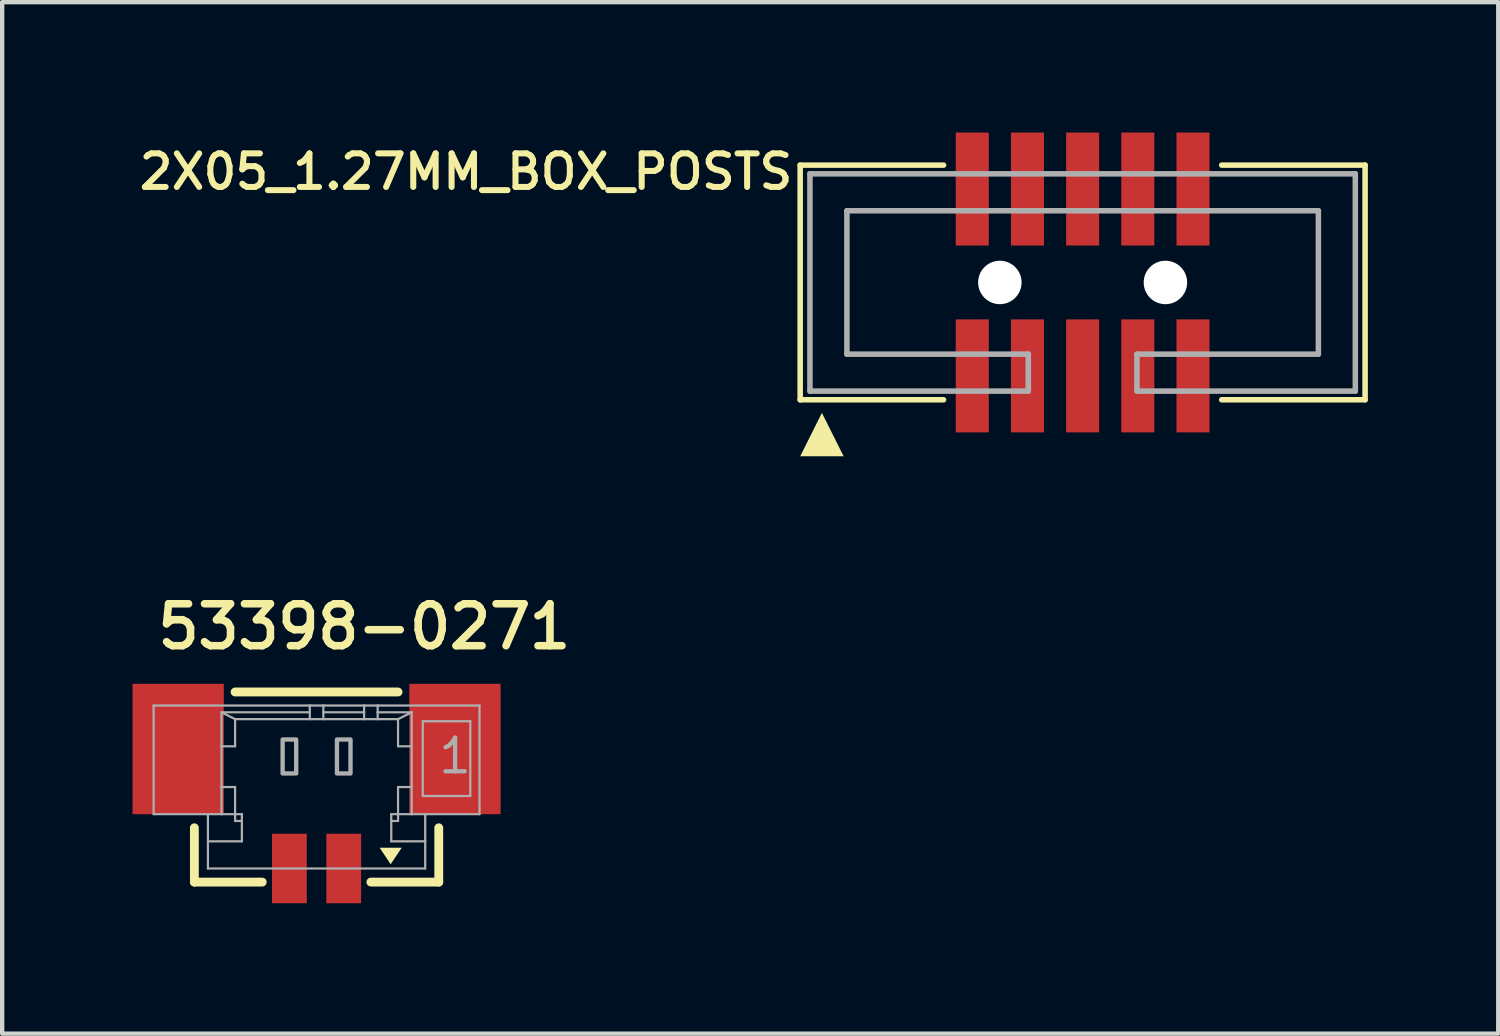
<source format=kicad_pcb>
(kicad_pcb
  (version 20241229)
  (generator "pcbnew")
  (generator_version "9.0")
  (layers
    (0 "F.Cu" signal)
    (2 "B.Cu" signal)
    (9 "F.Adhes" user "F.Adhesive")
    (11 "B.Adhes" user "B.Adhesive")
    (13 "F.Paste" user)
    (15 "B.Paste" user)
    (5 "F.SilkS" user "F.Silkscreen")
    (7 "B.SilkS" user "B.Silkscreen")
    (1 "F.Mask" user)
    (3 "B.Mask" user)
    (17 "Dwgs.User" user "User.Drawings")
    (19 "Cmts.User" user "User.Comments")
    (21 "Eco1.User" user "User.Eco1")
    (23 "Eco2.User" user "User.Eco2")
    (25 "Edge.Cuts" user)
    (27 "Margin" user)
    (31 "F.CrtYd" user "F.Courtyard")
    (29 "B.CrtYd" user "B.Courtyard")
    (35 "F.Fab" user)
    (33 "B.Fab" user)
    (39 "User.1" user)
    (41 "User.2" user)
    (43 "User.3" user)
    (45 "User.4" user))
  (footprint "2X05_1.27MM_BOX_POSTS"
    (layer "F.Cu")
    (at 21.864 3.45)
    (property "Reference" "2X05_1.27MM_BOX_POSTS" (at -6.6 -3 180) (layer "F.SilkS") (effects (font (size 0.772 0.772) (thickness 0.139)) (justify right top)))
    (attr through_hole)
    (fp_line (start -6.5 -2.7) (end -6.5 2.7) (stroke (width 0.127) (type solid)) (layer "F.SilkS"))
    (fp_line (start -6.5 2.7) (end -3.2 2.7) (stroke (width 0.127) (type solid)) (layer "F.SilkS"))
    (fp_line (start -3.2 -2.7) (end -6.5 -2.7) (stroke (width 0.127) (type solid)) (layer "F.SilkS"))
    (fp_line (start 3.2 -2.7) (end 6.5 -2.7) (stroke (width 0.127) (type solid)) (layer "F.SilkS"))
    (fp_line (start 6.5 -2.7) (end 6.5 2.7) (stroke (width 0.127) (type solid)) (layer "F.SilkS"))
    (fp_line (start 6.5 2.7) (end 3.2 2.7) (stroke (width 0.127) (type solid)) (layer "F.SilkS"))
    (fp_poly (pts (xy -6.5 4) (xy -5.5 4) (xy -6 3)) (stroke (width 0) (type solid)) (fill yes) (layer "F.SilkS"))
    (fp_line (start -6.275 -2.5) (end 6.275 -2.5) (stroke (width 0.127) (type solid)) (layer "F.Fab"))
    (fp_line (start -6.275 2.5) (end -6.275 -2.5) (stroke (width 0.127) (type solid)) (layer "F.Fab"))
    (fp_line (start -5.425 -1.65) (end 5.425 -1.65) (stroke (width 0.127) (type solid)) (layer "F.Fab"))
    (fp_line (start -5.425 1.65) (end -5.425 -1.65) (stroke (width 0.127) (type solid)) (layer "F.Fab"))
    (fp_line (start -1.25 1.65) (end -5.425 1.65) (stroke (width 0.127) (type solid)) (layer "F.Fab"))
    (fp_line (start -1.25 1.65) (end -1.25 2.5) (stroke (width 0.127) (type solid)) (layer "F.Fab"))
    (fp_line (start -1.25 2.5) (end -6.275 2.5) (stroke (width 0.127) (type solid)) (layer "F.Fab"))
    (fp_line (start 1.25 1.65) (end 1.25 2.5) (stroke (width 0.127) (type solid)) (layer "F.Fab"))
    (fp_line (start 5.425 -1.65) (end 5.425 1.65) (stroke (width 0.127) (type solid)) (layer "F.Fab"))
    (fp_line (start 5.425 1.65) (end 1.25 1.65) (stroke (width 0.127) (type solid)) (layer "F.Fab"))
    (fp_line (start 6.275 -2.5) (end 6.275 2.5) (stroke (width 0.127) (type solid)) (layer "F.Fab"))
    (fp_line (start 6.275 2.5) (end 1.25 2.5) (stroke (width 0.127) (type solid)) (layer "F.Fab"))
    (pad "" np_thru_hole circle (at -1.905 0) (size 1 1) (drill 1) (layers "*.Cu" "*.Mask"))
    (pad "" np_thru_hole circle (at 1.905 0) (size 1 1) (drill 1) (layers "*.Cu" "*.Mask"))
    (pad "1" smd rect (at -2.54 2.15) (size 0.76 2.6) (layers "F.Cu" "F.Mask" "F.Paste"))
    (pad "2" smd rect (at -2.54 -2.15) (size 0.76 2.6) (layers "F.Cu" "F.Mask" "F.Paste"))
    (pad "3" smd rect (at -1.27 2.15) (size 0.76 2.6) (layers "F.Cu" "F.Mask" "F.Paste"))
    (pad "4" smd rect (at -1.27 -2.15) (size 0.76 2.6) (layers "F.Cu" "F.Mask" "F.Paste"))
    (pad "5" smd rect (at 0 2.15) (size 0.76 2.6) (layers "F.Cu" "F.Mask" "F.Paste"))
    (pad "6" smd rect (at 0 -2.15) (size 0.76 2.6) (layers "F.Cu" "F.Mask" "F.Paste"))
    (pad "7" smd rect (at 1.27 2.15) (size 0.76 2.6) (layers "F.Cu" "F.Mask" "F.Paste"))
    (pad "8" smd rect (at 1.27 -2.15) (size 0.76 2.6) (layers "F.Cu" "F.Mask" "F.Paste"))
    (pad "9" smd rect (at 2.54 2.15) (size 0.76 2.6) (layers "F.Cu" "F.Mask" "F.Paste"))
    (pad "10" smd rect (at 2.54 -2.15) (size 0.76 2.6) (layers "F.Cu" "F.Mask" "F.Paste")))
  (footprint "53398-0271"
    (layer "F.Cu")
    (at 4.235 15.666)
    (property "Reference" "53398-0271" (at -3.75 -3.73 0) (layer "F.SilkS") (effects (font (size 0.965 0.965) (thickness 0.174)) (justify left bottom)))
    (attr through_hole)
    (fp_line (start -2.812 0.333) (end -2.812 1.583) (stroke (width 0.203) (type solid)) (layer "F.SilkS"))
    (fp_line (start -2.812 1.583) (end -1.25 1.583) (stroke (width 0.203) (type solid)) (layer "F.SilkS"))
    (fp_line (start -1.875 -2.792) (end 1.875 -2.792) (stroke (width 0.203) (type solid)) (layer "F.SilkS"))
    (fp_line (start 1.25 1.583) (end 2.812 1.583) (stroke (width 0.203) (type solid)) (layer "F.SilkS"))
    (fp_line (start 2.812 1.583) (end 2.812 0.333) (stroke (width 0.203) (type solid)) (layer "F.SilkS"))
    (fp_poly (pts (xy 1.451 0.792) (xy 1.959 0.792) (xy 1.705 1.173)) (stroke (width 0) (type solid)) (fill yes) (layer "F.SilkS"))
    (fp_line (start -3.75 -2.48) (end -3.75 0.02) (stroke (width 0.051) (type solid)) (layer "F.Fab"))
    (fp_line (start -3.75 0.02) (end -2.5 0.02) (stroke (width 0.051) (type solid)) (layer "F.Fab"))
    (fp_line (start -2.5 0.02) (end -2.5 0.645) (stroke (width 0.051) (type solid)) (layer "F.Fab"))
    (fp_line (start -2.5 0.645) (end -2.5 1.27) (stroke (width 0.051) (type solid)) (layer "F.Fab"))
    (fp_line (start -2.5 1.27) (end 2.5 1.27) (stroke (width 0.051) (type solid)) (layer "F.Fab"))
    (fp_line (start -2.188 -2.324) (end -0.156 -2.324) (stroke (width 0.051) (type solid)) (layer "F.Fab"))
    (fp_line (start -2.188 -1.542) (end -2.188 -2.324) (stroke (width 0.051) (type solid)) (layer "F.Fab"))
    (fp_line (start -2.188 0.02) (end -2.5 0.02) (stroke (width 0.051) (type solid)) (layer "F.Fab"))
    (fp_line (start -2.188 0.02) (end -2.187 -0.605) (stroke (width 0.051) (type solid)) (layer "F.Fab"))
    (fp_line (start -2.187 -0.605) (end -2.188 -1.542) (stroke (width 0.051) (type solid)) (layer "F.Fab"))
    (fp_line (start -2.187 -0.605) (end -1.875 -0.605) (stroke (width 0.051) (type solid)) (layer "F.Fab"))
    (fp_line (start -1.875 -2.167) (end -1.875 -1.542) (stroke (width 0.051) (type solid)) (layer "F.Fab"))
    (fp_line (start -1.875 -2.167) (end -1.875 -2.167) (stroke (width 0.051) (type solid)) (layer "F.Fab"))
    (fp_line (start -1.875 -1.542) (end -2.188 -1.542) (stroke (width 0.051) (type solid)) (layer "F.Fab"))
    (fp_line (start -1.875 -0.605) (end -1.875 0.02) (stroke (width 0.051) (type solid)) (layer "F.Fab"))
    (fp_line (start -1.875 0.02) (end -2.188 0.02) (stroke (width 0.051) (type solid)) (layer "F.Fab"))
    (fp_line (start -1.875 -2.167) (end -2.188 -2.324) (stroke (width 0.051) (type solid)) (layer "F.Fab"))
    (fp_line (start -1.875 -2.167) (end -0.156 -2.167) (stroke (width 0.051) (type solid)) (layer "F.Fab"))
    (fp_line (start -1.875 0.02) (end -1.875 0.02) (stroke (width 0.051) (type solid)) (layer "F.Fab"))
    (fp_line (start -1.875 0.02) (end -1.875 0.176) (stroke (width 0.051) (type solid)) (layer "F.Fab"))
    (fp_line (start -1.875 0.176) (end -1.719 0.176) (stroke (width 0.051) (type solid)) (layer "F.Fab"))
    (fp_line (start -1.719 0.02) (end -1.875 0.02) (stroke (width 0.051) (type solid)) (layer "F.Fab"))
    (fp_line (start -1.719 0.02) (end -1.719 0.176) (stroke (width 0.051) (type solid)) (layer "F.Fab"))
    (fp_line (start -1.719 0.176) (end -1.719 0.645) (stroke (width 0.051) (type solid)) (layer "F.Fab"))
    (fp_line (start -1.719 0.645) (end -2.5 0.645) (stroke (width 0.051) (type solid)) (layer "F.Fab"))
    (fp_line (start -0.156 -2.48) (end -3.75 -2.48) (stroke (width 0.051) (type solid)) (layer "F.Fab"))
    (fp_line (start -0.156 -2.48) (end -0.156 -2.167) (stroke (width 0.051) (type solid)) (layer "F.Fab"))
    (fp_line (start -0.156 -2.167) (end 0.156 -2.167) (stroke (width 0.051) (type solid)) (layer "F.Fab"))
    (fp_line (start 0.156 -2.48) (end -0.156 -2.48) (stroke (width 0.051) (type solid)) (layer "F.Fab"))
    (fp_line (start 0.156 -2.48) (end 0.156 -2.167) (stroke (width 0.051) (type solid)) (layer "F.Fab"))
    (fp_line (start 0.156 -2.324) (end 1.094 -2.324) (stroke (width 0.051) (type solid)) (layer "F.Fab"))
    (fp_line (start 0.156 -2.167) (end 1.094 -2.167) (stroke (width 0.051) (type solid)) (layer "F.Fab"))
    (fp_line (start 1.094 -2.48) (end 0.156 -2.48) (stroke (width 0.051) (type solid)) (layer "F.Fab"))
    (fp_line (start 1.094 -2.48) (end 1.406 -2.48) (stroke (width 0.051) (type solid)) (layer "F.Fab"))
    (fp_line (start 1.094 -2.324) (end 1.094 -2.48) (stroke (width 0.051) (type solid)) (layer "F.Fab"))
    (fp_line (start 1.094 -2.324) (end 1.094 -2.167) (stroke (width 0.051) (type solid)) (layer "F.Fab"))
    (fp_line (start 1.094 -2.167) (end 1.406 -2.167) (stroke (width 0.051) (type solid)) (layer "F.Fab"))
    (fp_line (start 1.406 -2.48) (end 1.406 -2.324) (stroke (width 0.051) (type solid)) (layer "F.Fab"))
    (fp_line (start 1.406 -2.324) (end 1.406 -2.167) (stroke (width 0.051) (type solid)) (layer "F.Fab"))
    (fp_line (start 1.406 -2.324) (end 2.188 -2.324) (stroke (width 0.051) (type solid)) (layer "F.Fab"))
    (fp_line (start 1.406 -2.167) (end 1.875 -2.167) (stroke (width 0.051) (type solid)) (layer "F.Fab"))
    (fp_line (start 1.719 0.02) (end 1.719 0.176) (stroke (width 0.051) (type solid)) (layer "F.Fab"))
    (fp_line (start 1.719 0.176) (end 1.719 0.645) (stroke (width 0.051) (type solid)) (layer "F.Fab"))
    (fp_line (start 1.719 0.645) (end 2.5 0.645) (stroke (width 0.051) (type solid)) (layer "F.Fab"))
    (fp_line (start 1.875 -2.167) (end 1.875 -2.167) (stroke (width 0.051) (type solid)) (layer "F.Fab"))
    (fp_line (start 1.875 -2.167) (end 2.188 -2.324) (stroke (width 0.051) (type solid)) (layer "F.Fab"))
    (fp_line (start 1.875 0.02) (end 1.719 0.02) (stroke (width 0.051) (type solid)) (layer "F.Fab"))
    (fp_line (start 1.875 0.02) (end 1.875 0.176) (stroke (width 0.051) (type solid)) (layer "F.Fab"))
    (fp_line (start 1.875 0.176) (end 1.719 0.176) (stroke (width 0.051) (type solid)) (layer "F.Fab"))
    (fp_line (start 1.875 -2.167) (end 1.875 -1.543) (stroke (width 0.051) (type solid)) (layer "F.Fab"))
    (fp_line (start 1.875 -1.542) (end 2.188 -1.542) (stroke (width 0.051) (type solid)) (layer "F.Fab"))
    (fp_line (start 1.875 -0.605) (end 1.875 0.02) (stroke (width 0.051) (type solid)) (layer "F.Fab"))
    (fp_line (start 1.875 0.02) (end 1.875 0.02) (stroke (width 0.051) (type solid)) (layer "F.Fab"))
    (fp_line (start 2.188 -2.324) (end 2.188 -2.324) (stroke (width 0.051) (type solid)) (layer "F.Fab"))
    (fp_line (start 2.188 -0.605) (end 1.875 -0.605) (stroke (width 0.051) (type solid)) (layer "F.Fab"))
    (fp_line (start 2.188 -0.605) (end 2.188 0.02) (stroke (width 0.051) (type solid)) (layer "F.Fab"))
    (fp_line (start 2.188 0.02) (end 1.875 0.02) (stroke (width 0.051) (type solid)) (layer "F.Fab"))
    (fp_line (start 2.188 0.02) (end 2.5 0.02) (stroke (width 0.051) (type solid)) (layer "F.Fab"))
    (fp_line (start 2.188 -2.324) (end 2.188 -1.542) (stroke (width 0.051) (type solid)) (layer "F.Fab"))
    (fp_line (start 2.188 -1.542) (end 2.188 -0.605) (stroke (width 0.051) (type solid)) (layer "F.Fab"))
    (fp_line (start 2.444 -2.118) (end 3.538 -2.118) (stroke (width 0.051) (type solid)) (layer "F.Fab"))
    (fp_line (start 2.444 -0.399) (end 2.444 -2.118) (stroke (width 0.051) (type solid)) (layer "F.Fab"))
    (fp_line (start 2.5 0.02) (end 3.75 0.02) (stroke (width 0.051) (type solid)) (layer "F.Fab"))
    (fp_line (start 2.5 0.645) (end 2.5 0.02) (stroke (width 0.051) (type solid)) (layer "F.Fab"))
    (fp_line (start 2.5 1.27) (end 2.5 0.645) (stroke (width 0.051) (type solid)) (layer "F.Fab"))
    (fp_line (start 3.538 -2.118) (end 3.538 -0.399) (stroke (width 0.051) (type solid)) (layer "F.Fab"))
    (fp_line (start 3.538 -0.399) (end 2.444 -0.399) (stroke (width 0.051) (type solid)) (layer "F.Fab"))
    (fp_line (start 3.75 -2.48) (end 1.406 -2.48) (stroke (width 0.051) (type solid)) (layer "F.Fab"))
    (fp_line (start 3.75 0.02) (end 3.75 -2.48) (stroke (width 0.051) (type solid)) (layer "F.Fab"))
    (fp_poly (pts (xy -0.781 -0.917) (xy -0.469 -0.917) (xy -0.469 -1.699) (xy -0.781 -1.699)) (stroke (width 0.1) (type solid)) (fill no) (layer "F.Fab"))
    (fp_poly (pts (xy 0.469 -0.917) (xy 0.781 -0.917) (xy 0.781 -1.699) (xy 0.469 -1.699)) (stroke (width 0.1) (type solid)) (fill no) (layer "F.Fab"))
    (fp_text user "1" (at 2.756 -0.868 0) (layer "F.Fab") (effects (font (size 0.772 0.772) (thickness 0.098)) (justify left bottom)))
    (pad "1" smd rect (at 0.625 1.27 180) (size 0.8 1.6) (layers "F.Cu" "F.Mask" "F.Paste"))
    (pad "2" smd rect (at -0.625 1.27 180) (size 0.8 1.6) (layers "F.Cu" "F.Mask" "F.Paste"))
    (pad "M1" smd rect (at 3.185 -1.48 270) (size 3 2.1) (layers "F.Cu" "F.Mask" "F.Paste"))
    (pad "M2" smd rect (at -3.185 -1.48 270) (size 3 2.1) (layers "F.Cu" "F.Mask" "F.Paste")))
  (gr_rect
    (start -3 -3)
    (end 31.428 20.736)
    (stroke (width 0.1) (type default))
    (fill no)
    (layer "Edge.Cuts")))
</source>
